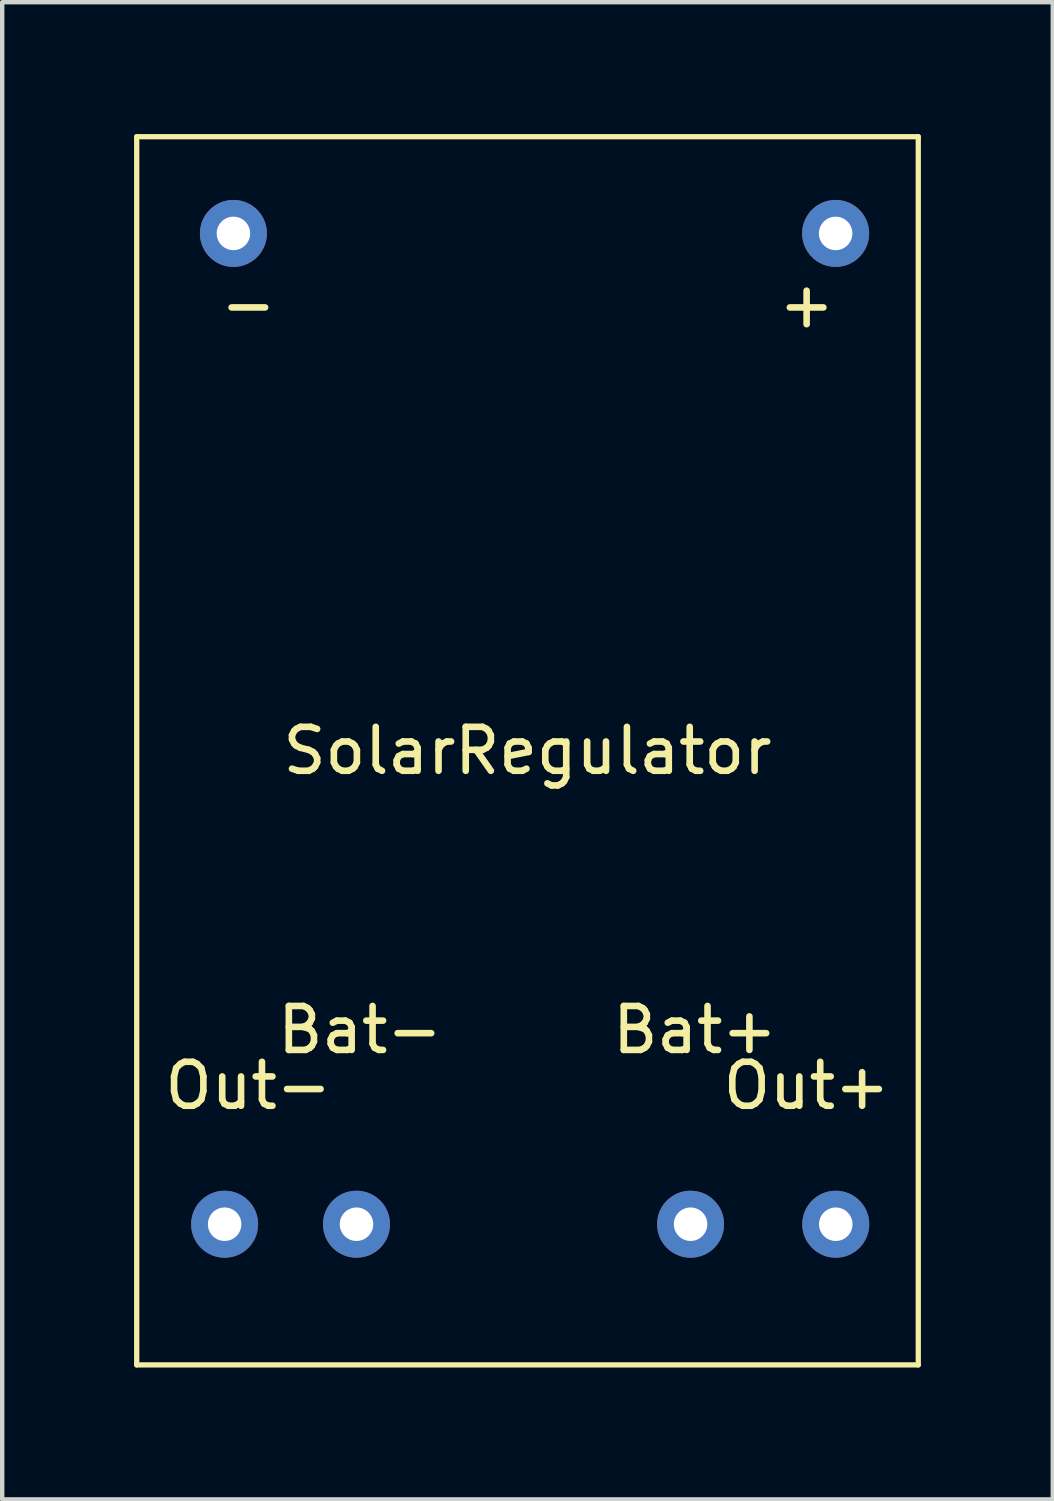
<source format=kicad_pcb>
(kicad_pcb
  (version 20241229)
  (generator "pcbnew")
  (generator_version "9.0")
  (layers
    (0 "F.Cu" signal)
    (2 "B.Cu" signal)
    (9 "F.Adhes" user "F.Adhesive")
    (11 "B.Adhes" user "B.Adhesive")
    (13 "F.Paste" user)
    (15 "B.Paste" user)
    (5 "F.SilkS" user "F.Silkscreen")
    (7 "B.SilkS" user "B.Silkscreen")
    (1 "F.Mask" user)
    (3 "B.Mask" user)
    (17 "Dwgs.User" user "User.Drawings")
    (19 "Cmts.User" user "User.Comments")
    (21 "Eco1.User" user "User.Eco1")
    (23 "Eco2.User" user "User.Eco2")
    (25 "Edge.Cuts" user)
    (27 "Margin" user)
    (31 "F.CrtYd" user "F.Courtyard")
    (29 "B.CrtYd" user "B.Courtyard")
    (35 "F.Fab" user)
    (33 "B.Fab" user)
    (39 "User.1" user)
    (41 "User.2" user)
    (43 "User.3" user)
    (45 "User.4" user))
  (footprint "SolarRegulator"
    (layer "F.Cu")
    (at 8.95 14.03)
    (property "Reference" "SolarRegulator" (at 0 0 0) (layer "F.SilkS") (effects (font (size 1 1) (thickness 0.15))))
    (attr through_hole)
    (fp_line (start -8.89 -13.97) (end -8.89 13.97) (stroke (width 0.12) (type solid)) (layer "F.SilkS"))
    (fp_line (start -8.89 13.97) (end 8.89 13.97) (stroke (width 0.12) (type solid)) (layer "F.SilkS"))
    (fp_line (start 8.89 -13.97) (end -8.89 -13.97) (stroke (width 0.12) (type solid)) (layer "F.SilkS"))
    (fp_line (start 8.89 13.97) (end 8.89 -13.97) (stroke (width 0.12) (type solid)) (layer "F.SilkS"))
    (fp_text user "Bat+" (at 3.81 6.35 0) (layer "F.SilkS") (effects (font (size 1 1) (thickness 0.15))))
    (fp_text user "Out-" (at -6.35 7.62 0) (layer "F.SilkS") (effects (font (size 1 1) (thickness 0.15))))
    (fp_text user "Out+" (at 6.35 7.62 0) (layer "F.SilkS") (effects (font (size 1 1) (thickness 0.15))))
    (fp_text user "+" (at 6.35 -10.16 0) (layer "F.SilkS") (effects (font (size 1 1) (thickness 0.15))))
    (fp_text user "Bat-" (at -3.81 6.35 0) (layer "F.SilkS") (effects (font (size 1 1) (thickness 0.15))))
    (fp_text user "-" (at -6.35 -10.16 0) (layer "F.SilkS") (effects (font (size 1 1) (thickness 0.15))))
    (pad "1" thru_hole circle (at -6.69 -11.77) (size 1.524 1.524) (drill 0.762) (layers "*.Cu" "*.Mask"))
    (pad "2" thru_hole circle (at 7.01 -11.77) (size 1.524 1.524) (drill 0.762) (layers "*.Cu" "*.Mask"))
    (pad "3" thru_hole circle (at -6.89 10.77) (size 1.524 1.524) (drill 0.762) (layers "*.Cu" "*.Mask"))
    (pad "4" thru_hole circle (at -3.89 10.77) (size 1.524 1.524) (drill 0.762) (layers "*.Cu" "*.Mask"))
    (pad "5" thru_hole circle (at 3.71 10.77) (size 1.524 1.524) (drill 0.762) (layers "*.Cu" "*.Mask"))
    (pad "6" thru_hole circle (at 7.013 10.77) (size 1.524 1.524) (drill 0.762) (layers "*.Cu" "*.Mask")))
  (gr_rect
    (start -3 -3)
    (end 20.9 31.06)
    (stroke (width 0.1) (type default))
    (fill no)
    (layer "Edge.Cuts")))
</source>
